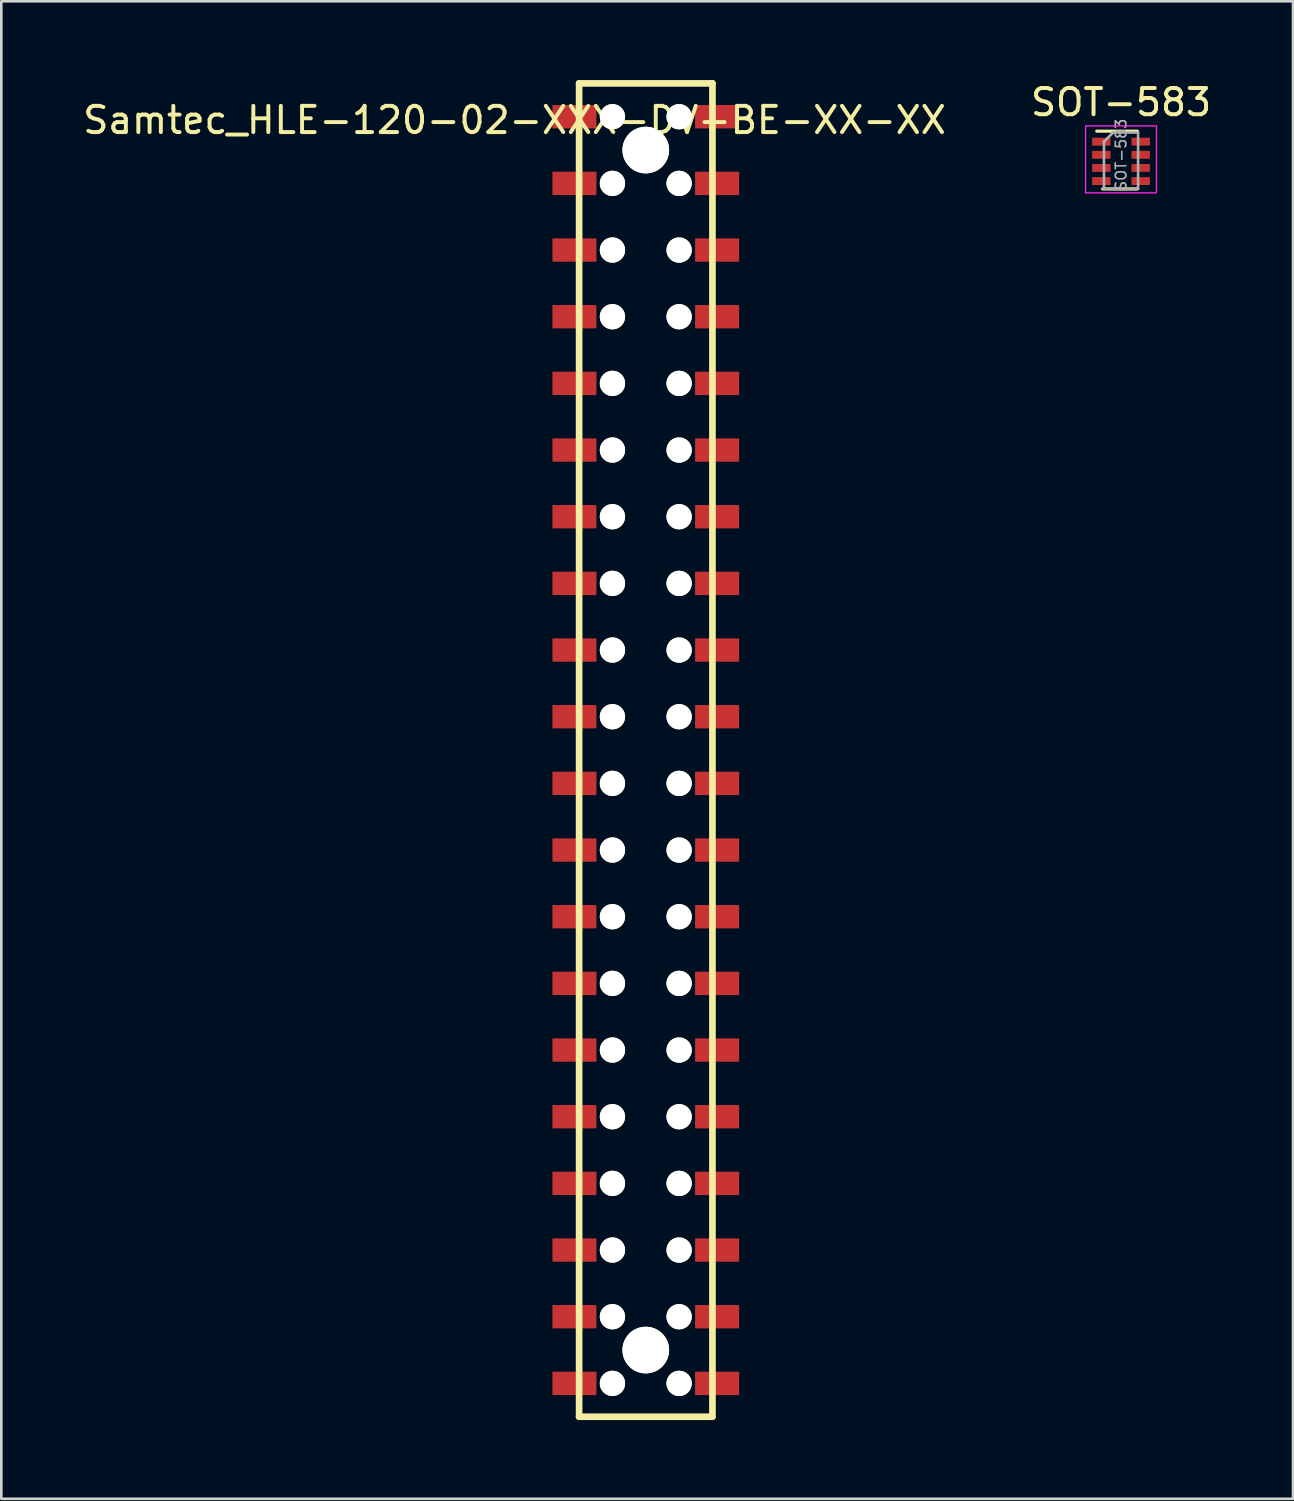
<source format=kicad_pcb>
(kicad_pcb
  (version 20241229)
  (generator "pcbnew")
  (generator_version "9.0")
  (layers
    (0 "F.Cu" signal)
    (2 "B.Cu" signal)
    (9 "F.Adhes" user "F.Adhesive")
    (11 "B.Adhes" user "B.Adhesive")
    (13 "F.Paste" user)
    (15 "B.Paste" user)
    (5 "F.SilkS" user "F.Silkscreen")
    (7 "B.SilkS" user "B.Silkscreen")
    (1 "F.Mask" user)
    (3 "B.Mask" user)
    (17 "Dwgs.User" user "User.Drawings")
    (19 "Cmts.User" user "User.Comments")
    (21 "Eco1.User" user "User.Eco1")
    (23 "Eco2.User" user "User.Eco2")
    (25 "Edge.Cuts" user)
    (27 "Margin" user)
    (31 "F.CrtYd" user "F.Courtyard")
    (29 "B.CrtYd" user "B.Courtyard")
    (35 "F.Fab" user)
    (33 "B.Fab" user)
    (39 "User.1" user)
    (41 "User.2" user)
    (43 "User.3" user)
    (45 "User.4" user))
  (footprint "SOT-583"
    (layer "F.Cu")
    (at 39.661 3.098)
    (property "Reference" "SOT-583" (at 0 -2.25 0) (layer "F.SilkS") (effects (font (size 1 1) (thickness 0.15))))
    (attr smd)
    (fp_line (start -0.925 -1.15) (end 0.625 -1.15) (stroke (width 0.12) (type solid)) (layer "F.SilkS"))
    (fp_line (start 0.6 1.05) (end -0.7 1.05) (stroke (width 0.12) (type solid)) (layer "F.SilkS"))
    (fp_line (start -1.35 -1.35) (end -1.35 1.2) (stroke (width 0.05) (type solid)) (layer "F.CrtYd"))
    (fp_line (start -1.35 -1.35) (end 1.35 -1.35) (stroke (width 0.05) (type solid)) (layer "F.CrtYd"))
    (fp_line (start 1.35 1.15) (end 1.35 -1.35) (stroke (width 0.05) (type solid)) (layer "F.CrtYd"))
    (fp_line (start 1.35 1.2) (end -1.35 1.2) (stroke (width 0.05) (type solid)) (layer "F.CrtYd"))
    (fp_line (start -0.65 -0.75) (end -0.65 1.05) (stroke (width 0.1) (type solid)) (layer "F.Fab"))
    (fp_line (start -0.65 -0.75) (end -0.3 -1.1) (stroke (width 0.1) (type solid)) (layer "F.Fab"))
    (fp_line (start -0.65 1.05) (end 0.65 1.05) (stroke (width 0.1) (type solid)) (layer "F.Fab"))
    (fp_line (start 0.65 -1.1) (end -0.3 -1.1) (stroke (width 0.1) (type solid)) (layer "F.Fab"))
    (fp_line (start 0.65 1.05) (end 0.65 -1.1) (stroke (width 0.1) (type solid)) (layer "F.Fab"))
    (fp_text user "${REFERENCE}" (at 0 -0.25 90) (layer "F.Fab") (effects (font (size 0.4 0.4) (thickness 0.062))))
    (pad "1" smd rect (at -0.75 -0.75) (size 0.7 0.3) (layers "F.Cu" "F.Mask" "F.Paste"))
    (pad "2" smd rect (at -0.75 -0.25) (size 0.7 0.3) (layers "F.Cu" "F.Mask" "F.Paste"))
    (pad "3" smd rect (at -0.75 0.25) (size 0.7 0.3) (layers "F.Cu" "F.Mask" "F.Paste"))
    (pad "4" smd rect (at -0.75 0.75) (size 0.7 0.3) (layers "F.Cu" "F.Mask" "F.Paste"))
    (pad "5" smd rect (at 0.75 0.75) (size 0.7 0.3) (layers "F.Cu" "F.Mask" "F.Paste"))
    (pad "6" smd rect (at 0.75 0.25) (size 0.7 0.3) (layers "F.Cu" "F.Mask" "F.Paste"))
    (pad "7" smd rect (at 0.75 -0.25) (size 0.7 0.3) (layers "F.Cu" "F.Mask" "F.Paste"))
    (pad "8" smd rect (at 0.75 -0.75) (size 0.7 0.3) (layers "F.Cu" "F.Mask" "F.Paste")))
  (footprint "Samtec_HLE-120-02-XXX-DV-BE-XX-XX"
    (layer "F.Cu")
    (at 21.554 25.527)
    (property "Reference" "Samtec_HLE-120-02-XXX-DV-BE-XX-XX" (at -5 -24 0) (layer "F.SilkS") (effects (font (size 1 1) (thickness 0.15))))
    (attr through_hole)
    (fp_line (start -2.54 -25.4) (end 2.54 -25.4) (stroke (width 0.254) (type solid)) (layer "F.SilkS"))
    (fp_line (start -2.54 25.4) (end -2.54 -25.4) (stroke (width 0.254) (type solid)) (layer "F.SilkS"))
    (fp_line (start 2.54 -25.4) (end 2.54 25.4) (stroke (width 0.254) (type solid)) (layer "F.SilkS"))
    (fp_line (start 2.54 25.4) (end -2.54 25.4) (stroke (width 0.254) (type solid)) (layer "F.SilkS"))
    (pad "" np_thru_hole circle (at -1.27 -24.13 270) (size 0.965 0.965) (drill 0.965) (layers "*.Cu" "*.Mask" "F.SilkS"))
    (pad "" np_thru_hole circle (at -1.27 -21.59 270) (size 0.965 0.965) (drill 0.965) (layers "*.Cu" "*.Mask" "F.SilkS"))
    (pad "" np_thru_hole circle (at -1.27 -19.05 270) (size 0.965 0.965) (drill 0.965) (layers "*.Cu" "*.Mask" "F.SilkS"))
    (pad "" np_thru_hole circle (at -1.27 -16.51 270) (size 0.965 0.965) (drill 0.965) (layers "*.Cu" "*.Mask" "F.SilkS"))
    (pad "" np_thru_hole circle (at -1.27 -13.97 270) (size 0.965 0.965) (drill 0.965) (layers "*.Cu" "*.Mask" "F.SilkS"))
    (pad "" np_thru_hole circle (at -1.27 -11.43 270) (size 0.965 0.965) (drill 0.965) (layers "*.Cu" "*.Mask" "F.SilkS"))
    (pad "" np_thru_hole circle (at -1.27 -8.89 270) (size 0.965 0.965) (drill 0.965) (layers "*.Cu" "*.Mask" "F.SilkS"))
    (pad "" np_thru_hole circle (at -1.27 -6.35 270) (size 0.965 0.965) (drill 0.965) (layers "*.Cu" "*.Mask" "F.SilkS"))
    (pad "" np_thru_hole circle (at -1.27 -3.81 270) (size 0.965 0.965) (drill 0.965) (layers "*.Cu" "*.Mask" "F.SilkS"))
    (pad "" np_thru_hole circle (at -1.27 -1.27 270) (size 0.965 0.965) (drill 0.965) (layers "*.Cu" "*.Mask" "F.SilkS"))
    (pad "" np_thru_hole circle (at -1.27 1.27 270) (size 0.965 0.965) (drill 0.965) (layers "*.Cu" "*.Mask" "F.SilkS"))
    (pad "" np_thru_hole circle (at -1.27 3.81 270) (size 0.965 0.965) (drill 0.965) (layers "*.Cu" "*.Mask" "F.SilkS"))
    (pad "" np_thru_hole circle (at -1.27 6.35 270) (size 0.965 0.965) (drill 0.965) (layers "*.Cu" "*.Mask" "F.SilkS"))
    (pad "" np_thru_hole circle (at -1.27 8.89 270) (size 0.965 0.965) (drill 0.965) (layers "*.Cu" "*.Mask" "F.SilkS"))
    (pad "" np_thru_hole circle (at -1.27 11.43 270) (size 0.965 0.965) (drill 0.965) (layers "*.Cu" "*.Mask" "F.SilkS"))
    (pad "" np_thru_hole circle (at -1.27 13.97 270) (size 0.965 0.965) (drill 0.965) (layers "*.Cu" "*.Mask" "F.SilkS"))
    (pad "" np_thru_hole circle (at -1.27 16.51 270) (size 0.965 0.965) (drill 0.965) (layers "*.Cu" "*.Mask" "F.SilkS"))
    (pad "" np_thru_hole circle (at -1.27 19.05 270) (size 0.965 0.965) (drill 0.965) (layers "*.Cu" "*.Mask" "F.SilkS"))
    (pad "" np_thru_hole circle (at -1.27 21.59 270) (size 0.965 0.965) (drill 0.965) (layers "*.Cu" "*.Mask" "F.SilkS"))
    (pad "" np_thru_hole circle (at -1.27 24.13 270) (size 0.965 0.965) (drill 0.965) (layers "*.Cu" "*.Mask" "F.SilkS"))
    (pad "" np_thru_hole circle (at 0 -22.86 270) (size 1.778 1.778) (drill 1.778) (layers "*.Cu" "*.Mask" "F.SilkS"))
    (pad "" np_thru_hole circle (at 0 22.86 270) (size 1.778 1.778) (drill 1.778) (layers "*.Cu" "*.Mask" "F.SilkS"))
    (pad "" np_thru_hole circle (at 1.27 -24.13 270) (size 0.965 0.965) (drill 0.965) (layers "*.Cu" "*.Mask" "F.SilkS"))
    (pad "" np_thru_hole circle (at 1.27 -21.59 270) (size 0.965 0.965) (drill 0.965) (layers "*.Cu" "*.Mask" "F.SilkS"))
    (pad "" np_thru_hole circle (at 1.27 -19.05 270) (size 0.965 0.965) (drill 0.965) (layers "*.Cu" "*.Mask" "F.SilkS"))
    (pad "" np_thru_hole circle (at 1.27 -16.51 270) (size 0.965 0.965) (drill 0.965) (layers "*.Cu" "*.Mask" "F.SilkS"))
    (pad "" np_thru_hole circle (at 1.27 -13.97 270) (size 0.965 0.965) (drill 0.965) (layers "*.Cu" "*.Mask" "F.SilkS"))
    (pad "" np_thru_hole circle (at 1.27 -11.43 270) (size 0.965 0.965) (drill 0.965) (layers "*.Cu" "*.Mask" "F.SilkS"))
    (pad "" np_thru_hole circle (at 1.27 -8.89 270) (size 0.965 0.965) (drill 0.965) (layers "*.Cu" "*.Mask" "F.SilkS"))
    (pad "" np_thru_hole circle (at 1.27 -6.35 270) (size 0.965 0.965) (drill 0.965) (layers "*.Cu" "*.Mask" "F.SilkS"))
    (pad "" np_thru_hole circle (at 1.27 -3.81 270) (size 0.965 0.965) (drill 0.965) (layers "*.Cu" "*.Mask" "F.SilkS"))
    (pad "" np_thru_hole circle (at 1.27 -1.27 270) (size 0.965 0.965) (drill 0.965) (layers "*.Cu" "*.Mask" "F.SilkS"))
    (pad "" np_thru_hole circle (at 1.27 1.27 270) (size 0.965 0.965) (drill 0.965) (layers "*.Cu" "*.Mask" "F.SilkS"))
    (pad "" np_thru_hole circle (at 1.27 3.81 270) (size 0.965 0.965) (drill 0.965) (layers "*.Cu" "*.Mask" "F.SilkS"))
    (pad "" np_thru_hole circle (at 1.27 6.35 270) (size 0.965 0.965) (drill 0.965) (layers "*.Cu" "*.Mask" "F.SilkS"))
    (pad "" np_thru_hole circle (at 1.27 8.89 270) (size 0.965 0.965) (drill 0.965) (layers "*.Cu" "*.Mask" "F.SilkS"))
    (pad "" np_thru_hole circle (at 1.27 11.43 270) (size 0.965 0.965) (drill 0.965) (layers "*.Cu" "*.Mask" "F.SilkS"))
    (pad "" np_thru_hole circle (at 1.27 13.97 270) (size 0.965 0.965) (drill 0.965) (layers "*.Cu" "*.Mask" "F.SilkS"))
    (pad "" np_thru_hole circle (at 1.27 16.51 270) (size 0.965 0.965) (drill 0.965) (layers "*.Cu" "*.Mask" "F.SilkS"))
    (pad "" np_thru_hole circle (at 1.27 19.05 270) (size 0.965 0.965) (drill 0.965) (layers "*.Cu" "*.Mask" "F.SilkS"))
    (pad "" np_thru_hole circle (at 1.27 21.59 270) (size 0.965 0.965) (drill 0.965) (layers "*.Cu" "*.Mask" "F.SilkS"))
    (pad "" np_thru_hole circle (at 1.27 24.13 270) (size 0.965 0.965) (drill 0.965) (layers "*.Cu" "*.Mask" "F.SilkS"))
    (pad "1" smd rect (at -2.718 -24.13 90) (size 0.889 1.676) (layers "F.Cu" "F.Mask" "F.Paste"))
    (pad "2" smd rect (at 2.718 -24.13 90) (size 0.889 1.676) (layers "F.Cu" "F.Mask" "F.Paste"))
    (pad "3" smd rect (at -2.718 -21.59 90) (size 0.889 1.676) (layers "F.Cu" "F.Mask" "F.Paste"))
    (pad "4" smd rect (at 2.718 -21.59 90) (size 0.889 1.676) (layers "F.Cu" "F.Mask" "F.Paste"))
    (pad "5" smd rect (at -2.718 -19.05 90) (size 0.889 1.676) (layers "F.Cu" "F.Mask" "F.Paste"))
    (pad "6" smd rect (at 2.718 -19.05 90) (size 0.889 1.676) (layers "F.Cu" "F.Mask" "F.Paste"))
    (pad "7" smd rect (at -2.718 -16.51 90) (size 0.889 1.676) (layers "F.Cu" "F.Mask" "F.Paste"))
    (pad "8" smd rect (at 2.718 -16.51 90) (size 0.889 1.676) (layers "F.Cu" "F.Mask" "F.Paste"))
    (pad "9" smd rect (at -2.718 -13.97 90) (size 0.889 1.676) (layers "F.Cu" "F.Mask" "F.Paste"))
    (pad "10" smd rect (at 2.718 -13.97 90) (size 0.889 1.676) (layers "F.Cu" "F.Mask" "F.Paste"))
    (pad "11" smd rect (at -2.718 -11.43 90) (size 0.889 1.676) (layers "F.Cu" "F.Mask" "F.Paste"))
    (pad "12" smd rect (at 2.718 -11.43 90) (size 0.889 1.676) (layers "F.Cu" "F.Mask" "F.Paste"))
    (pad "13" smd rect (at -2.718 -8.89 90) (size 0.889 1.676) (layers "F.Cu" "F.Mask" "F.Paste"))
    (pad "14" smd rect (at 2.718 -8.89 90) (size 0.889 1.676) (layers "F.Cu" "F.Mask" "F.Paste"))
    (pad "15" smd rect (at -2.718 -6.35 90) (size 0.889 1.676) (layers "F.Cu" "F.Mask" "F.Paste"))
    (pad "16" smd rect (at 2.718 -6.35 90) (size 0.889 1.676) (layers "F.Cu" "F.Mask" "F.Paste"))
    (pad "17" smd rect (at -2.718 -3.81 90) (size 0.889 1.676) (layers "F.Cu" "F.Mask" "F.Paste"))
    (pad "18" smd rect (at 2.718 -3.81 90) (size 0.889 1.676) (layers "F.Cu" "F.Mask" "F.Paste"))
    (pad "19" smd rect (at -2.718 -1.27 90) (size 0.889 1.676) (layers "F.Cu" "F.Mask" "F.Paste"))
    (pad "20" smd rect (at 2.718 -1.27 90) (size 0.889 1.676) (layers "F.Cu" "F.Mask" "F.Paste"))
    (pad "21" smd rect (at -2.718 1.27 90) (size 0.889 1.676) (layers "F.Cu" "F.Mask" "F.Paste"))
    (pad "22" smd rect (at 2.718 1.27 90) (size 0.889 1.676) (layers "F.Cu" "F.Mask" "F.Paste"))
    (pad "23" smd rect (at -2.718 3.81 90) (size 0.889 1.676) (layers "F.Cu" "F.Mask" "F.Paste"))
    (pad "24" smd rect (at 2.718 3.81 90) (size 0.889 1.676) (layers "F.Cu" "F.Mask" "F.Paste"))
    (pad "25" smd rect (at -2.718 6.35 90) (size 0.889 1.676) (layers "F.Cu" "F.Mask" "F.Paste"))
    (pad "26" smd rect (at 2.718 6.35 90) (size 0.889 1.676) (layers "F.Cu" "F.Mask" "F.Paste"))
    (pad "27" smd rect (at -2.718 8.89 90) (size 0.889 1.676) (layers "F.Cu" "F.Mask" "F.Paste"))
    (pad "28" smd rect (at 2.718 8.89 90) (size 0.889 1.676) (layers "F.Cu" "F.Mask" "F.Paste"))
    (pad "29" smd rect (at -2.718 11.43 90) (size 0.889 1.676) (layers "F.Cu" "F.Mask" "F.Paste"))
    (pad "30" smd rect (at 2.718 11.43 90) (size 0.889 1.676) (layers "F.Cu" "F.Mask" "F.Paste"))
    (pad "31" smd rect (at -2.718 13.97 90) (size 0.889 1.676) (layers "F.Cu" "F.Mask" "F.Paste"))
    (pad "32" smd rect (at 2.718 13.97 90) (size 0.889 1.676) (layers "F.Cu" "F.Mask" "F.Paste"))
    (pad "33" smd rect (at -2.718 16.51 90) (size 0.889 1.676) (layers "F.Cu" "F.Mask" "F.Paste"))
    (pad "34" smd rect (at 2.718 16.51 90) (size 0.889 1.676) (layers "F.Cu" "F.Mask" "F.Paste"))
    (pad "35" smd rect (at -2.718 19.05 90) (size 0.889 1.676) (layers "F.Cu" "F.Mask" "F.Paste"))
    (pad "36" smd rect (at 2.718 19.05 90) (size 0.889 1.676) (layers "F.Cu" "F.Mask" "F.Paste"))
    (pad "37" smd rect (at -2.718 21.59 90) (size 0.889 1.676) (layers "F.Cu" "F.Mask" "F.Paste"))
    (pad "38" smd rect (at 2.718 21.59 90) (size 0.889 1.676) (layers "F.Cu" "F.Mask" "F.Paste"))
    (pad "39" smd rect (at -2.718 24.13 90) (size 0.889 1.676) (layers "F.Cu" "F.Mask" "F.Paste"))
    (pad "40" smd rect (at 2.718 24.13 90) (size 0.889 1.676) (layers "F.Cu" "F.Mask" "F.Paste")))
  (gr_rect
    (start -3 -3)
    (end 46.214 54.054)
    (stroke (width 0.1) (type default))
    (fill no)
    (layer "Edge.Cuts")))
</source>
